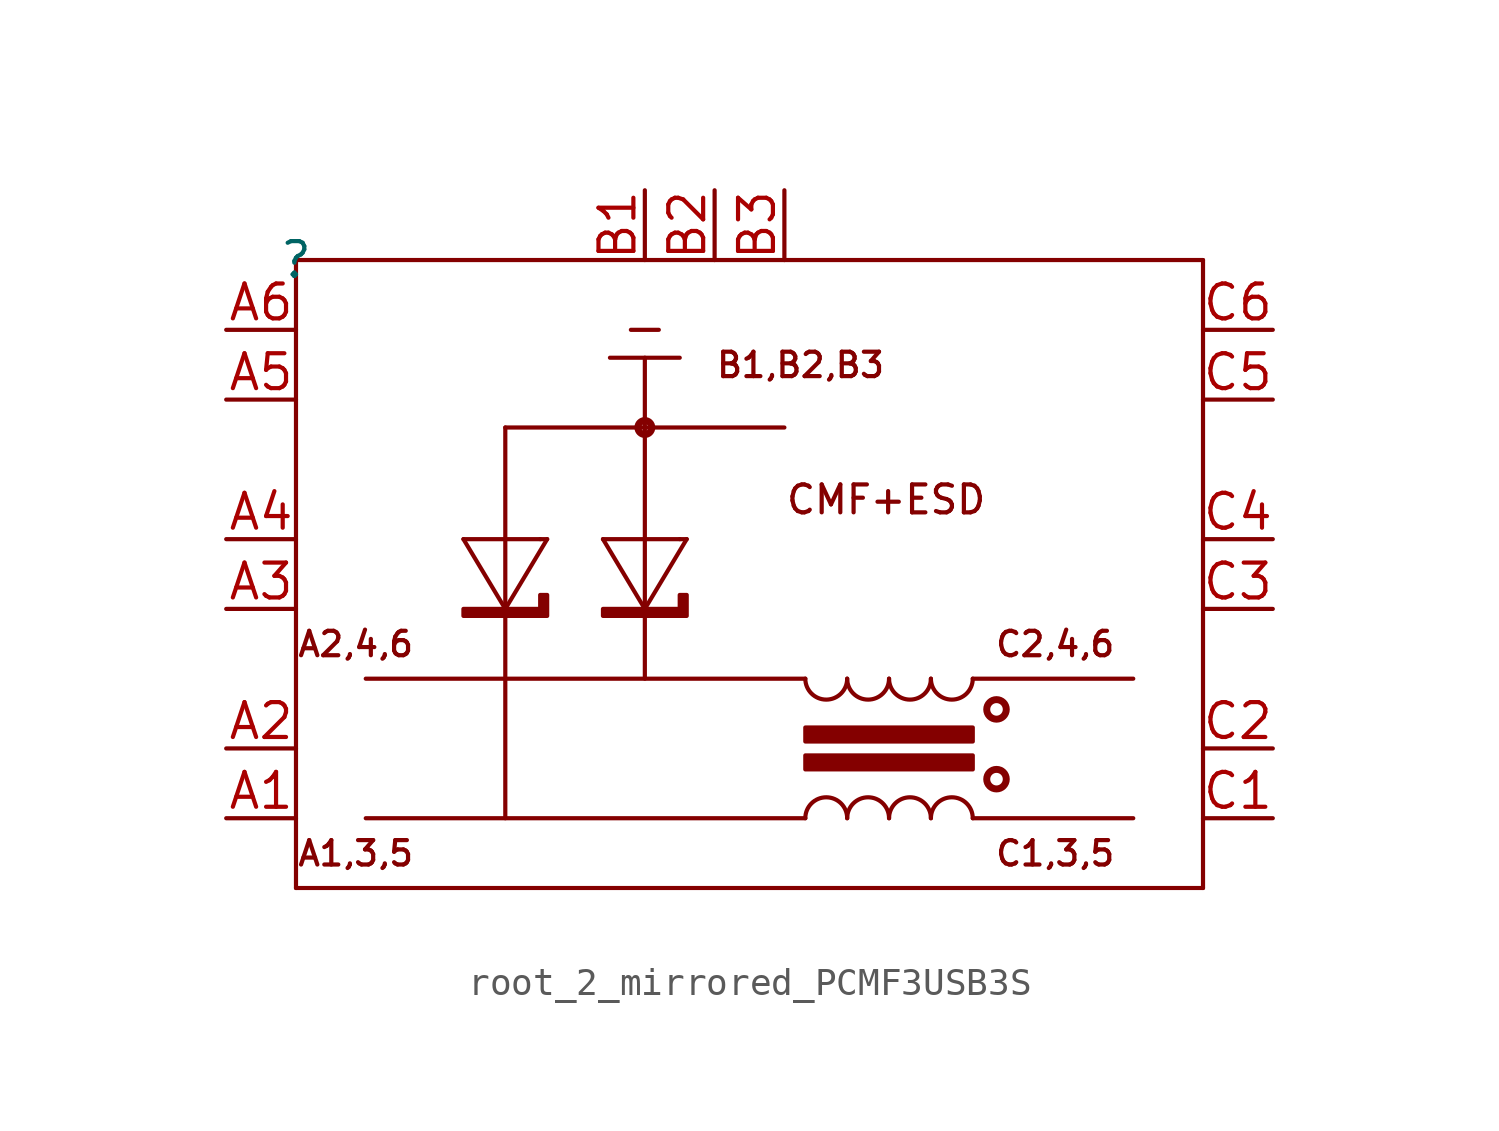
<source format=kicad_sym>
(kicad_symbol_lib
  (version 20220914)
  (generator kicad_symbol_editor)
  (symbol "root_2_mirrored_PCMF3USB3S"
    (property "Reference" ""
      (at 0 0 0)
      (effects (font (size 1.27 1.27))))
    (property "Value" ""
      (at 0 0 0)
      (effects (font (size 1.27 1.27))))
    (symbol "root_2_mirrored_PCMF3USB3S_1_0"
      (polyline (pts (xy 0 -22.86) (xy 33.02 -22.86)) (stroke (width 0) (type solid)) (fill (type none)))
      (polyline (pts (xy 0 0) (xy 0 -22.86)) (stroke (width 0) (type solid)) (fill (type none)))
      (polyline (pts (xy 6.096 -10.16) (xy 8.89 -10.16)) (stroke (width 0) (type solid)) (fill (type none)))
      (polyline (pts (xy 7.62 -12.7) (xy 6.096 -10.16)) (stroke (width 0) (type solid)) (fill (type none)))
      (polyline (pts (xy 7.62 -12.7) (xy 7.62 -12.7)) (stroke (width 0) (type solid)) (fill (type none)))
      (polyline (pts (xy 7.62 -6.096) (xy 7.62 -20.32)) (stroke (width 0) (type solid)) (fill (type none)))
      (polyline (pts (xy 7.62 -6.096) (xy 17.78 -6.096)) (stroke (width 0) (type solid)) (fill (type none)))
      (polyline (pts (xy 8.89 -10.16) (xy 9.144 -10.16)) (stroke (width 0) (type solid)) (fill (type none)))
      (polyline (pts (xy 9.144 -10.16) (xy 7.62 -12.7)) (stroke (width 0) (type solid)) (fill (type none)))
      (polyline (pts (xy 11.176 -10.16) (xy 13.97 -10.16)) (stroke (width 0) (type solid)) (fill (type none)))
      (polyline (pts (xy 11.43 -3.556) (xy 13.97 -3.556)) (stroke (width 0) (type solid)) (fill (type none)))
      (polyline (pts (xy 12.192 -2.54) (xy 13.208 -2.54)) (stroke (width 0) (type solid)) (fill (type none)))
      (polyline (pts (xy 12.7 -12.7) (xy 11.176 -10.16)) (stroke (width 0) (type solid)) (fill (type none)))
      (polyline (pts (xy 12.7 -12.7) (xy 12.7 -12.7)) (stroke (width 0) (type solid)) (fill (type none)))
      (polyline (pts (xy 12.7 -3.556) (xy 12.7 -15.24)) (stroke (width 0) (type solid)) (fill (type none)))
      (polyline (pts (xy 13.97 -10.16) (xy 14.224 -10.16)) (stroke (width 0) (type solid)) (fill (type none)))
      (polyline (pts (xy 14.224 -10.16) (xy 12.7 -12.7)) (stroke (width 0) (type solid)) (fill (type none)))
      (polyline (pts (xy 18.542 -20.32) (xy 2.54 -20.32)) (stroke (width 0) (type solid)) (fill (type none)))
      (polyline (pts (xy 18.542 -15.24) (xy 2.54 -15.24)) (stroke (width 0) (type solid)) (fill (type none)))
      (polyline (pts (xy 24.638 -20.32) (xy 30.48 -20.32)) (stroke (width 0) (type solid)) (fill (type none)))
      (polyline (pts (xy 24.638 -15.24) (xy 30.48 -15.24)) (stroke (width 0) (type solid)) (fill (type none)))
      (polyline (pts (xy 33.02 -22.86) (xy 33.02 0)) (stroke (width 0) (type solid)) (fill (type none)))
      (polyline (pts (xy 33.02 0) (xy 0 0)) (stroke (width 0) (type solid)) (fill (type none)))
      (polyline (pts (xy 18.542 -18.034) (xy 18.542 -18.542) (xy 24.638 -18.542) (xy 24.638 -18.034) (xy 18.542 -18.034) (xy 18.542 -18.034)) (stroke (width 0) (type solid)) (fill (type outline)))
      (polyline (pts (xy 18.542 -17.018) (xy 18.542 -17.526) (xy 24.638 -17.526) (xy 24.638 -17.018) (xy 18.542 -17.018) (xy 18.542 -17.018)) (stroke (width 0) (type solid)) (fill (type outline)))
      (polyline (pts (xy 6.096 -12.7) (xy 6.096 -12.7) (xy 8.89 -12.7) (xy 8.89 -12.192) (xy 9.144 -12.192) (xy 9.144 -12.954) (xy 6.096 -12.954) (xy 6.096 -12.7) (xy 6.096 -12.7)) (stroke (width 0) (type solid)) (fill (type outline)))
      (polyline (pts (xy 11.176 -12.7) (xy 11.176 -12.7) (xy 13.97 -12.7) (xy 13.97 -12.192) (xy 14.224 -12.192) (xy 14.224 -12.954) (xy 11.176 -12.954) (xy 11.176 -12.7) (xy 11.176 -12.7)) (stroke (width 0) (type solid)) (fill (type outline)))
      (circle (center 12.7 -6.096) (radius 0.254) (stroke (width 0.254) (type solid)) (fill (type none)))
      (arc (start 18.542 -15.24) (mid 19.304 -16.002) (end 20.066 -15.24) (stroke (width 0) (type solid)) (fill (type none)))
      (arc (start 20.066 -20.32) (mid 19.304 -19.558) (end 18.542 -20.32) (stroke (width 0) (type solid)) (fill (type none)))
      (arc (start 20.066 -15.24) (mid 20.828 -16.002) (end 21.59 -15.24) (stroke (width 0) (type solid)) (fill (type none)))
      (arc (start 21.59 -20.32) (mid 20.828 -19.558) (end 20.066 -20.32) (stroke (width 0) (type solid)) (fill (type none)))
      (arc (start 21.59 -15.24) (mid 22.352 -16.002) (end 23.114 -15.24) (stroke (width 0) (type solid)) (fill (type none)))
      (arc (start 23.114 -20.32) (mid 22.352 -19.558) (end 21.59 -20.32) (stroke (width 0) (type solid)) (fill (type none)))
      (arc (start 23.114 -15.24) (mid 23.876 -16.002) (end 24.638 -15.24) (stroke (width 0) (type solid)) (fill (type none)))
      (arc (start 24.638 -20.32) (mid 23.876 -19.558) (end 23.114 -20.32) (stroke (width 0) (type solid)) (fill (type none)))
      (circle (center 25.502 -18.898) (radius 0.356) (stroke (width 0.254) (type solid)) (fill (type none)))
      (circle (center 25.502 -16.358) (radius 0.356) (stroke (width 0.254) (type solid)) (fill (type none)))
      (text "A1,3,5" (at 0 -21.082 0) (effects (font (size 0.889 0.889)) (justify left top)))
      (text "A2,4,6" (at 0 -13.462 0) (effects (font (size 0.889 0.889)) (justify left top)))
      (text "B1,B2,B3" (at 15.24 -3.302 0) (effects (font (size 0.889 0.889)) (justify left top)))
      (text "C1,3,5" (at 25.4 -21.082 0) (effects (font (size 0.889 0.889)) (justify left top)))
      (text "C2,4,6" (at 25.4 -13.462 0) (effects (font (size 0.889 0.889)) (justify left top)))
      (text "CMF+ESD" (at 17.78 -8.128 0) (effects (font (size 1.016 1.016)) (justify left top)))
      (pin passive line (at -2.54 -20.32 0) (length 2.54) (name "CH1_IN+" (effects (font (size 0 0)))) (number "A1" (effects (font (size 1.27 1.27)))))
      (pin passive line (at -2.54 -17.78 0) (length 2.54) (name "CH1_IN-" (effects (font (size 0 0)))) (number "A2" (effects (font (size 1.27 1.27)))))
      (pin passive line (at -2.54 -12.7 0) (length 2.54) (name "CH2_IN+" (effects (font (size 0 0)))) (number "A3" (effects (font (size 1.27 1.27)))))
      (pin passive line (at -2.54 -10.16 0) (length 2.54) (name "CH2_IN-" (effects (font (size 0 0)))) (number "A4" (effects (font (size 1.27 1.27)))))
      (pin passive line (at -2.54 -5.08 0) (length 2.54) (name "CH3_IN+" (effects (font (size 0 0)))) (number "A5" (effects (font (size 1.27 1.27)))))
      (pin passive line (at -2.54 -2.54 0) (length 2.54) (name "CH3_IN-" (effects (font (size 0 0)))) (number "A6" (effects (font (size 1.27 1.27)))))
      (pin power_in line (at 12.7 2.54 270) (length 2.54) (name "GND_CH1" (effects (font (size 0 0)))) (number "B1" (effects (font (size 1.27 1.27)))))
      (pin power_in line (at 15.24 2.54 270) (length 2.54) (name "GND_CH2" (effects (font (size 0 0)))) (number "B2" (effects (font (size 1.27 1.27)))))
      (pin power_in line (at 17.78 2.54 270) (length 2.54) (name "GND_CH3" (effects (font (size 0 0)))) (number "B3" (effects (font (size 1.27 1.27)))))
      (pin passive line (at 35.56 -20.32 180) (length 2.54) (name "CH1_OUT+" (effects (font (size 0 0)))) (number "C1" (effects (font (size 1.27 1.27)))))
      (pin passive line (at 35.56 -17.78 180) (length 2.54) (name "CH1_OUT-" (effects (font (size 0 0)))) (number "C2" (effects (font (size 1.27 1.27)))))
      (pin passive line (at 35.56 -12.7 180) (length 2.54) (name "CH2_OUT+" (effects (font (size 0 0)))) (number "C3" (effects (font (size 1.27 1.27)))))
      (pin passive line (at 35.56 -10.16 180) (length 2.54) (name "CH2_OUT-" (effects (font (size 0 0)))) (number "C4" (effects (font (size 1.27 1.27)))))
      (pin passive line (at 35.56 -5.08 180) (length 2.54) (name "CH3_OUT+" (effects (font (size 0 0)))) (number "C5" (effects (font (size 1.27 1.27)))))
      (pin passive line (at 35.56 -2.54 180) (length 2.54) (name "CH3_OUT-" (effects (font (size 0 0)))) (number "C6" (effects (font (size 1.27 1.27))))))))
</source>
